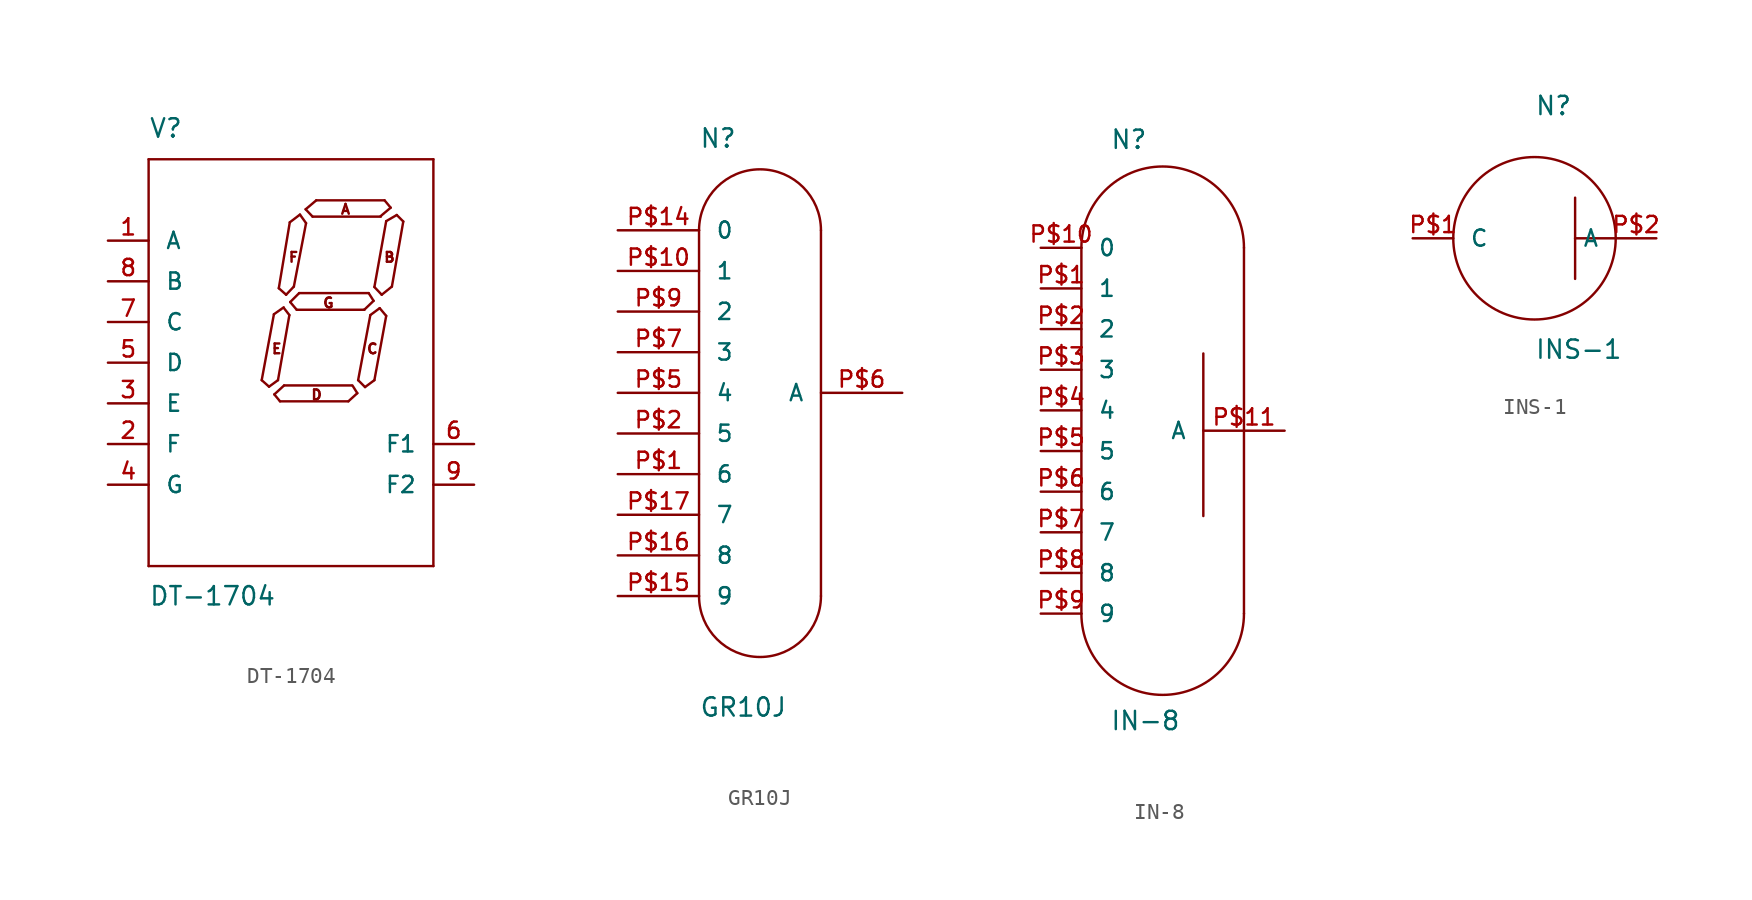
<source format=kicad_sym>
(kicad_symbol_lib
  (version 20211014)
  (generator kicad_symbol_editor)
  (symbol "DT-1704"
    (pin_names
      (offset 1.016))
    (property "Reference" "V"
      (at -10.16 16.51 0)
      (effects (font (size 1.143 1.143)) (justify left bottom)))
    (property "Value" "DT-1704"
      (at -10.16 -12.7 0)
      (effects (font (size 1.143 1.143)) (justify left bottom)))
    (property "ki_locked" ""
      (at 0 0 0)
      (effects (font (size 1.27 1.27))))
    (symbol "DT-1704_1_0"
      (polyline (pts (xy -10.16 -10.16) (xy -10.16 15.24)) (stroke (width 0) (type default) (color 0 0 0 0)) (fill (type none)))
      (polyline (pts (xy -10.16 15.24) (xy 7.62 15.24)) (stroke (width 0) (type default) (color 0 0 0 0)) (fill (type none)))
      (polyline (pts (xy -3.099 1.448) (xy -2.337 5.563)) (stroke (width 0) (type default) (color 0 0 0 0)) (fill (type none)))
      (polyline (pts (xy -2.642 1.041) (xy -3.099 1.448)) (stroke (width 0) (type default) (color 0 0 0 0)) (fill (type none)))
      (polyline (pts (xy -2.337 5.563) (xy -1.727 5.994)) (stroke (width 0) (type default) (color 0 0 0 0)) (fill (type none)))
      (polyline (pts (xy -2.311 0.559) (xy -1.702 1.118)) (stroke (width 0) (type default) (color 0 0 0 0)) (fill (type none)))
      (polyline (pts (xy -2.083 1.448) (xy -2.642 1.041)) (stroke (width 0) (type default) (color 0 0 0 0)) (fill (type none)))
      (polyline (pts (xy -2.032 7.188) (xy -1.346 11.303)) (stroke (width 0) (type default) (color 0 0 0 0)) (fill (type none)))
      (polyline (pts (xy -1.956 0.127) (xy -2.311 0.559)) (stroke (width 0) (type default) (color 0 0 0 0)) (fill (type none)))
      (polyline (pts (xy -1.727 5.969) (xy -1.372 5.512)) (stroke (width 0) (type default) (color 0 0 0 0)) (fill (type none)))
      (polyline (pts (xy -1.702 1.118) (xy 2.515 1.118)) (stroke (width 0) (type default) (color 0 0 0 0)) (fill (type none)))
      (polyline (pts (xy -1.575 6.782) (xy -2.032 7.188)) (stroke (width 0) (type default) (color 0 0 0 0)) (fill (type none)))
      (polyline (pts (xy -1.372 5.512) (xy -2.083 1.448)) (stroke (width 0) (type default) (color 0 0 0 0)) (fill (type none)))
      (polyline (pts (xy -1.346 11.303) (xy -0.711 11.786)) (stroke (width 0) (type default) (color 0 0 0 0)) (fill (type none)))
      (polyline (pts (xy -1.321 6.325) (xy -0.762 6.883)) (stroke (width 0) (type default) (color 0 0 0 0)) (fill (type none)))
      (polyline (pts (xy -1.092 7.29) (xy -1.575 6.782)) (stroke (width 0) (type default) (color 0 0 0 0)) (fill (type none)))
      (polyline (pts (xy -0.914 5.842) (xy -1.321 6.325)) (stroke (width 0) (type default) (color 0 0 0 0)) (fill (type none)))
      (polyline (pts (xy -0.762 6.883) (xy 3.581 6.883)) (stroke (width 0) (type default) (color 0 0 0 0)) (fill (type none)))
      (polyline (pts (xy -0.711 11.786) (xy -0.33 11.252)) (stroke (width 0) (type default) (color 0 0 0 0)) (fill (type none)))
      (polyline (pts (xy -0.356 12.116) (xy 0.305 12.675)) (stroke (width 0) (type default) (color 0 0 0 0)) (fill (type none)))
      (polyline (pts (xy -0.33 11.252) (xy -1.092 7.29)) (stroke (width 0) (type default) (color 0 0 0 0)) (fill (type none)))
      (polyline (pts (xy 0.076 11.659) (xy -0.356 12.116)) (stroke (width 0) (type default) (color 0 0 0 0)) (fill (type none)))
      (polyline (pts (xy 0.305 12.675) (xy 4.572 12.675)) (stroke (width 0) (type default) (color 0 0 0 0)) (fill (type none)))
      (polyline (pts (xy 2.311 0.127) (xy -1.956 0.127)) (stroke (width 0) (type default) (color 0 0 0 0)) (fill (type none)))
      (polyline (pts (xy 2.565 1.118) (xy 2.87 0.635)) (stroke (width 0) (type default) (color 0 0 0 0)) (fill (type none)))
      (polyline (pts (xy 2.87 0.635) (xy 2.311 0.127)) (stroke (width 0) (type default) (color 0 0 0 0)) (fill (type none)))
      (polyline (pts (xy 2.921 1.448) (xy 3.683 5.512)) (stroke (width 0) (type default) (color 0 0 0 0)) (fill (type none)))
      (polyline (pts (xy 3.302 5.842) (xy -0.914 5.842)) (stroke (width 0) (type default) (color 0 0 0 0)) (fill (type none)))
      (polyline (pts (xy 3.302 5.842) (xy 3.302 5.842)) (stroke (width 0) (type default) (color 0 0 0 0)) (fill (type none)))
      (polyline (pts (xy 3.353 1.016) (xy 2.921 1.448)) (stroke (width 0) (type default) (color 0 0 0 0)) (fill (type none)))
      (polyline (pts (xy 3.581 6.883) (xy 3.886 6.401)) (stroke (width 0) (type default) (color 0 0 0 0)) (fill (type none)))
      (polyline (pts (xy 3.683 5.512) (xy 4.267 5.944)) (stroke (width 0) (type default) (color 0 0 0 0)) (fill (type none)))
      (polyline (pts (xy 3.886 6.401) (xy 3.302 5.842)) (stroke (width 0) (type default) (color 0 0 0 0)) (fill (type none)))
      (polyline (pts (xy 3.937 1.448) (xy 3.353 1.016)) (stroke (width 0) (type default) (color 0 0 0 0)) (fill (type none)))
      (polyline (pts (xy 3.937 7.264) (xy 4.674 11.379)) (stroke (width 0) (type default) (color 0 0 0 0)) (fill (type none)))
      (polyline (pts (xy 4.267 5.944) (xy 4.674 5.461)) (stroke (width 0) (type default) (color 0 0 0 0)) (fill (type none)))
      (polyline (pts (xy 4.343 11.659) (xy 0.076 11.659)) (stroke (width 0) (type default) (color 0 0 0 0)) (fill (type none)))
      (polyline (pts (xy 4.394 6.782) (xy 3.937 7.264)) (stroke (width 0) (type default) (color 0 0 0 0)) (fill (type none)))
      (polyline (pts (xy 4.572 12.675) (xy 4.953 12.217)) (stroke (width 0) (type default) (color 0 0 0 0)) (fill (type none)))
      (polyline (pts (xy 4.674 5.461) (xy 3.937 1.448)) (stroke (width 0) (type default) (color 0 0 0 0)) (fill (type none)))
      (polyline (pts (xy 4.674 11.379) (xy 5.334 11.76)) (stroke (width 0) (type default) (color 0 0 0 0)) (fill (type none)))
      (polyline (pts (xy 4.953 12.217) (xy 4.318 11.684)) (stroke (width 0) (type default) (color 0 0 0 0)) (fill (type none)))
      (polyline (pts (xy 5.029 7.29) (xy 4.394 6.782)) (stroke (width 0) (type default) (color 0 0 0 0)) (fill (type none)))
      (polyline (pts (xy 5.334 11.76) (xy 5.74 11.354)) (stroke (width 0) (type default) (color 0 0 0 0)) (fill (type none)))
      (polyline (pts (xy 5.74 11.354) (xy 5.029 7.29)) (stroke (width 0) (type default) (color 0 0 0 0)) (fill (type none)))
      (polyline (pts (xy 7.62 -10.16) (xy -10.16 -10.16)) (stroke (width 0) (type default) (color 0 0 0 0)) (fill (type none)))
      (polyline (pts (xy 7.62 15.24) (xy 7.62 -10.16)) (stroke (width 0) (type default) (color 0 0 0 0)) (fill (type none)))
      (text "A" (at 2.134 12.116 0) (effects (font (size 0.61 0.61))))
      (text "B" (at 4.877 9.119 0) (effects (font (size 0.61 0.61))))
      (text "C" (at 3.81 3.404 0) (effects (font (size 0.61 0.61))))
      (text "D" (at 0.33 0.533 0) (effects (font (size 0.61 0.61))))
      (text "E" (at -2.159 3.404 0) (effects (font (size 0.61 0.61))))
      (text "F" (at -1.118 9.119 0) (effects (font (size 0.61 0.61))))
      (text "G" (at 1.067 6.274 0) (effects (font (size 0.61 0.61)))))
    (symbol "DT-1704_1_1"
      (pin passive line (at -12.7 10.16 0) (length 2.54) (name "A" (effects (font (size 1.016 1.016)))) (number "1" (effects (font (size 1.016 1.016)))))
      (pin passive line (at -12.7 -2.54 0) (length 2.54) (name "F" (effects (font (size 1.016 1.016)))) (number "2" (effects (font (size 1.016 1.016)))))
      (pin passive line (at -12.7 0 0) (length 2.54) (name "E" (effects (font (size 1.016 1.016)))) (number "3" (effects (font (size 1.016 1.016)))))
      (pin passive line (at -12.7 -5.08 0) (length 2.54) (name "G" (effects (font (size 1.016 1.016)))) (number "4" (effects (font (size 1.016 1.016)))))
      (pin passive line (at -12.7 2.54 0) (length 2.54) (name "D" (effects (font (size 1.016 1.016)))) (number "5" (effects (font (size 1.016 1.016)))))
      (pin passive line (at 10.16 -2.54 180) (length 2.54) (name "F1" (effects (font (size 1.016 1.016)))) (number "6" (effects (font (size 1.016 1.016)))))
      (pin passive line (at -12.7 5.08 0) (length 2.54) (name "C" (effects (font (size 1.016 1.016)))) (number "7" (effects (font (size 1.016 1.016)))))
      (pin passive line (at -12.7 7.62 0) (length 2.54) (name "B" (effects (font (size 1.016 1.016)))) (number "8" (effects (font (size 1.016 1.016)))))
      (pin passive line (at 10.16 -5.08 180) (length 2.54) (name "F2" (effects (font (size 1.016 1.016)))) (number "9" (effects (font (size 1.016 1.016)))))))
  (symbol "GR10J"
    (pin_names
      (offset 1.016))
    (property "Reference" "N"
      (at -22.86 12.7 0)
      (effects (font (size 1.143 1.143)) (justify left bottom)))
    (property "Value" "GR10J"
      (at -22.86 -22.86 0)
      (effects (font (size 1.143 1.143)) (justify left bottom)))
    (property "ki_locked" ""
      (at 0 0 0)
      (effects (font (size 1.27 1.27))))
    (symbol "GR10J_1_0"
      (polyline (pts (xy -22.86 7.62) (xy -22.86 -15.24)) (stroke (width 0) (type default) (color 0 0 0 0)) (fill (type none)))
      (polyline (pts (xy -15.24 7.62) (xy -15.24 -15.24)) (stroke (width 0) (type default) (color 0 0 0 0)) (fill (type none))))
    (symbol "GR10J_1_1"
      (arc (start -22.86 -15.24) (mid -19.05 -19.05) (end -15.24 -15.24) (stroke (width 0) (type default) (color 0 0 0 0)) (fill (type none)))
      (arc (start -15.24 7.62) (mid -19.05 11.43) (end -22.86 7.62) (stroke (width 0) (type default) (color 0 0 0 0)) (fill (type none)))
      (pin passive line (at -27.94 -7.62 0) (length 5.08) (name "6" (effects (font (size 1.016 1.016)))) (number "P$1" (effects (font (size 1.016 1.016)))))
      (pin passive line (at -27.94 5.08 0) (length 5.08) (name "1" (effects (font (size 1.016 1.016)))) (number "P$10" (effects (font (size 1.016 1.016)))))
      (pin passive line (at -27.94 7.62 0) (length 5.08) (name "0" (effects (font (size 1.016 1.016)))) (number "P$14" (effects (font (size 1.016 1.016)))))
      (pin passive line (at -27.94 -15.24 0) (length 5.08) (name "9" (effects (font (size 1.016 1.016)))) (number "P$15" (effects (font (size 1.016 1.016)))))
      (pin passive line (at -27.94 -12.7 0) (length 5.08) (name "8" (effects (font (size 1.016 1.016)))) (number "P$16" (effects (font (size 1.016 1.016)))))
      (pin passive line (at -27.94 -10.16 0) (length 5.08) (name "7" (effects (font (size 1.016 1.016)))) (number "P$17" (effects (font (size 1.016 1.016)))))
      (pin passive line (at -27.94 -5.08 0) (length 5.08) (name "5" (effects (font (size 1.016 1.016)))) (number "P$2" (effects (font (size 1.016 1.016)))))
      (pin passive line (at -27.94 -2.54 0) (length 5.08) (name "4" (effects (font (size 1.016 1.016)))) (number "P$5" (effects (font (size 1.016 1.016)))))
      (pin passive line (at -10.16 -2.54 180) (length 5.08) (name "A" (effects (font (size 1.016 1.016)))) (number "P$6" (effects (font (size 1.016 1.016)))))
      (pin passive line (at -27.94 0 0) (length 5.08) (name "3" (effects (font (size 1.016 1.016)))) (number "P$7" (effects (font (size 1.016 1.016)))))
      (pin passive line (at -27.94 2.54 0) (length 5.08) (name "2" (effects (font (size 1.016 1.016)))) (number "P$9" (effects (font (size 1.016 1.016)))))))
  (symbol "IN-8"
    (pin_names
      (offset 1.016))
    (property "Reference" "N"
      (at -38.862 41.656 0)
      (effects (font (size 1.143 1.143)) (justify left bottom)))
    (property "Value" "IN-8"
      (at -38.862 5.334 0)
      (effects (font (size 1.143 1.143)) (justify left bottom)))
    (property "ki_locked" ""
      (at 0 0 0)
      (effects (font (size 1.27 1.27))))
    (symbol "IN-8_1_0"
      (polyline (pts (xy -40.64 35.56) (xy -40.64 12.7)) (stroke (width 0) (type default) (color 0 0 0 0)) (fill (type none)))
      (polyline (pts (xy -33.02 28.956) (xy -33.02 18.796)) (stroke (width 0) (type default) (color 0 0 0 0)) (fill (type none)))
      (polyline (pts (xy -30.48 35.56) (xy -30.48 12.7)) (stroke (width 0) (type default) (color 0 0 0 0)) (fill (type none))))
    (symbol "IN-8_1_1"
      (arc (start -40.64 12.7) (mid -35.56 7.62) (end -30.48 12.7) (stroke (width 0) (type default) (color 0 0 0 0)) (fill (type none)))
      (arc (start -30.48 35.56) (mid -35.56 40.64) (end -40.64 35.56) (stroke (width 0) (type default) (color 0 0 0 0)) (fill (type none)))
      (pin passive line (at -43.18 33.02 0) (length 2.54) (name "1" (effects (font (size 1.016 1.016)))) (number "P$1" (effects (font (size 1.016 1.016)))))
      (pin passive line (at -43.18 35.56 0) (length 2.54) (name "0" (effects (font (size 1.016 1.016)))) (number "P$10" (effects (font (size 1.016 1.016)))))
      (pin passive line (at -27.94 24.13 180) (length 5.08) (name "A" (effects (font (size 1.016 1.016)))) (number "P$11" (effects (font (size 1.016 1.016)))))
      (pin passive line (at -43.18 30.48 0) (length 2.54) (name "2" (effects (font (size 1.016 1.016)))) (number "P$2" (effects (font (size 1.016 1.016)))))
      (pin passive line (at -43.18 27.94 0) (length 2.54) (name "3" (effects (font (size 1.016 1.016)))) (number "P$3" (effects (font (size 1.016 1.016)))))
      (pin passive line (at -43.18 25.4 0) (length 2.54) (name "4" (effects (font (size 1.016 1.016)))) (number "P$4" (effects (font (size 1.016 1.016)))))
      (pin passive line (at -43.18 22.86 0) (length 2.54) (name "5" (effects (font (size 1.016 1.016)))) (number "P$5" (effects (font (size 1.016 1.016)))))
      (pin passive line (at -43.18 20.32 0) (length 2.54) (name "6" (effects (font (size 1.016 1.016)))) (number "P$6" (effects (font (size 1.016 1.016)))))
      (pin passive line (at -43.18 17.78 0) (length 2.54) (name "7" (effects (font (size 1.016 1.016)))) (number "P$7" (effects (font (size 1.016 1.016)))))
      (pin passive line (at -43.18 15.24 0) (length 2.54) (name "8" (effects (font (size 1.016 1.016)))) (number "P$8" (effects (font (size 1.016 1.016)))))
      (pin passive line (at -43.18 12.7 0) (length 2.54) (name "9" (effects (font (size 1.016 1.016)))) (number "P$9" (effects (font (size 1.016 1.016)))))))
  (symbol "INS-1"
    (pin_names
      (offset 1.016))
    (property "Reference" "N"
      (at 0 7.62 0)
      (effects (font (size 1.143 1.143)) (justify left bottom)))
    (property "Value" "INS-1"
      (at 0 -7.62 0)
      (effects (font (size 1.143 1.143)) (justify left bottom)))
    (property "ki_locked" ""
      (at 0 0 0)
      (effects (font (size 1.27 1.27))))
    (symbol "INS-1_1_0"
      (polyline (pts (xy 2.54 -2.54) (xy 2.54 0)) (stroke (width 0) (type default) (color 0 0 0 0)) (fill (type none)))
      (polyline (pts (xy 2.54 0) (xy 2.54 2.54)) (stroke (width 0) (type default) (color 0 0 0 0)) (fill (type none)))
      (polyline (pts (xy 2.54 0) (xy 5.08 0)) (stroke (width 0) (type default) (color 0 0 0 0)) (fill (type none))))
    (symbol "INS-1_1_1"
      (circle (center 0 0) (radius 5.08) (stroke (width 0) (type default) (color 0 0 0 0)) (fill (type none)))
      (pin passive line (at -7.62 0 0) (length 2.54) (name "C" (effects (font (size 1.016 1.016)))) (number "P$1" (effects (font (size 1.016 1.016)))))
      (pin passive line (at 7.62 0 180) (length 2.54) (name "A" (effects (font (size 1.016 1.016)))) (number "P$2" (effects (font (size 1.016 1.016))))))))
</source>
